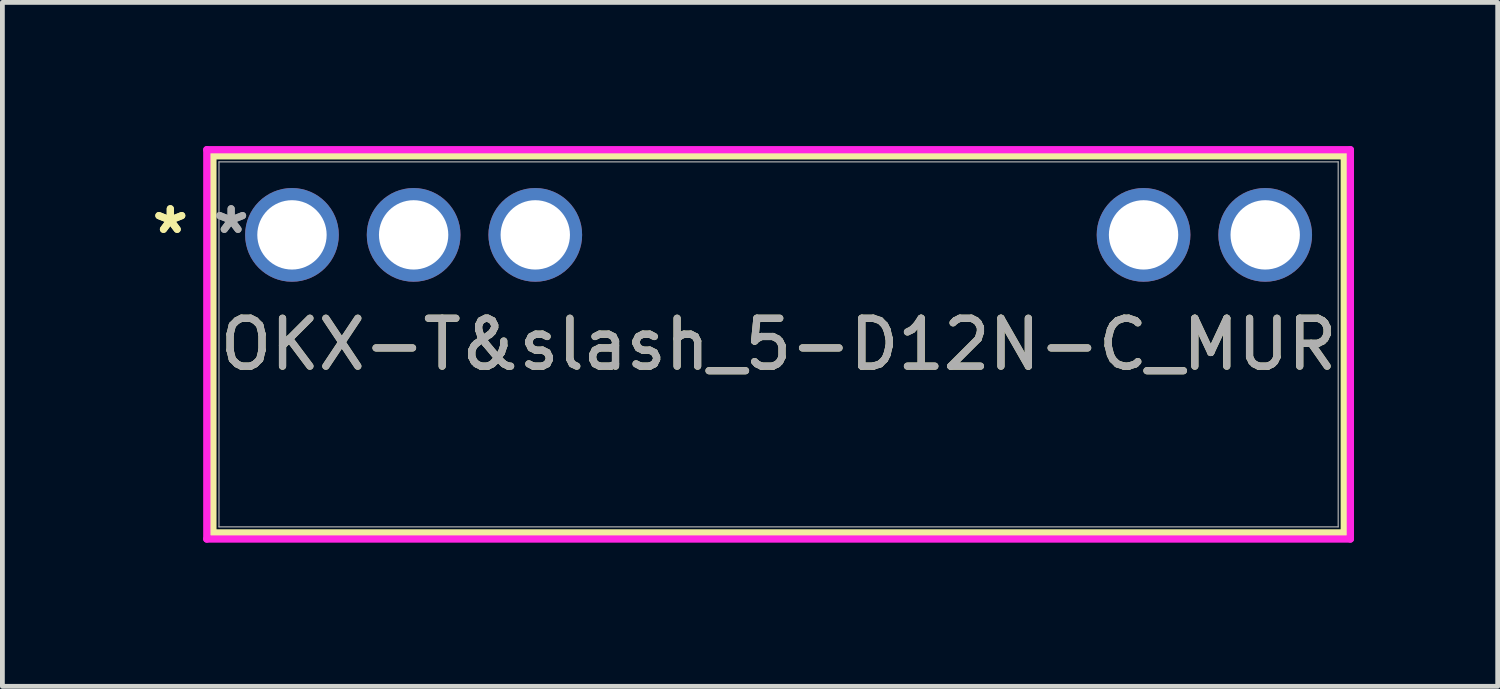
<source format=kicad_pcb>
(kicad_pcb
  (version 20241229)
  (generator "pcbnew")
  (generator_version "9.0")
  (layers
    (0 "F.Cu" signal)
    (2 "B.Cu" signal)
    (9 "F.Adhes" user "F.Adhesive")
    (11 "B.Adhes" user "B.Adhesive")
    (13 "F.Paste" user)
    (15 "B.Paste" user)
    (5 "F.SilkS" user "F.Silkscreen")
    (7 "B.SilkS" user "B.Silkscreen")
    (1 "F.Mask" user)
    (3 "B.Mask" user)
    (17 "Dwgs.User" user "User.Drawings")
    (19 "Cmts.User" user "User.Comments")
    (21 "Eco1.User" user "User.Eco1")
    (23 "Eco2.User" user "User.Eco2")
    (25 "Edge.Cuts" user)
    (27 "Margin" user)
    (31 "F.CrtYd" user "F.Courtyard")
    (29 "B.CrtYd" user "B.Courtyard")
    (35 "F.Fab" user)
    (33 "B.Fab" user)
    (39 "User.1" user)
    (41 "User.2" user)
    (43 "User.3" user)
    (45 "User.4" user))
  (footprint "OKX-T&slash_5-D12N-C_MUR"
    (layer "F.Cu")
    (at 3.046 1.854)
    (property "Reference" "OKX-T&slash_5-D12N-C_MUR" (at 10.16 2.286 0) (unlocked yes) (layer "F.SilkS") (effects (font (size 1 1) (thickness 0.15))))
    (attr through_hole)
    (fp_line (start -1.651 -1.651) (end -1.651 6.223) (stroke (width 0.152) (type solid)) (layer "F.SilkS"))
    (fp_line (start -1.651 6.223) (end 21.971 6.223) (stroke (width 0.152) (type solid)) (layer "F.SilkS"))
    (fp_line (start 21.971 -1.651) (end -1.651 -1.651) (stroke (width 0.152) (type solid)) (layer "F.SilkS"))
    (fp_line (start 21.971 6.223) (end 21.971 -1.651) (stroke (width 0.152) (type solid)) (layer "F.SilkS"))
    (fp_line (start -1.778 -1.778) (end 22.098 -1.778) (stroke (width 0.152) (type solid)) (layer "F.CrtYd"))
    (fp_line (start -1.778 6.35) (end -1.778 -1.778) (stroke (width 0.152) (type solid)) (layer "F.CrtYd"))
    (fp_line (start 22.098 -1.778) (end 22.098 6.35) (stroke (width 0.152) (type solid)) (layer "F.CrtYd"))
    (fp_line (start 22.098 6.35) (end -1.778 6.35) (stroke (width 0.152) (type solid)) (layer "F.CrtYd"))
    (fp_line (start -1.524 -1.524) (end -1.524 6.096) (stroke (width 0.025) (type solid)) (layer "F.Fab"))
    (fp_line (start -1.524 6.096) (end 21.844 6.096) (stroke (width 0.025) (type solid)) (layer "F.Fab"))
    (fp_line (start 21.844 -1.524) (end -1.524 -1.524) (stroke (width 0.025) (type solid)) (layer "F.Fab"))
    (fp_line (start 21.844 6.096) (end 21.844 -1.524) (stroke (width 0.025) (type solid)) (layer "F.Fab"))
    (fp_text user "*" (at -2.54 0 0) (unlocked yes) (layer "F.SilkS") (effects (font (size 1 1) (thickness 0.15))))
    (fp_text user "*" (at -2.54 0 0) (layer "F.SilkS") (effects (font (size 1 1) (thickness 0.15))))
    (fp_text user "*" (at -1.27 0 0) (unlocked yes) (layer "F.Fab") (effects (font (size 1 1) (thickness 0.15))))
    (fp_text user "*" (at -1.27 0 0) (layer "F.Fab") (effects (font (size 1 1) (thickness 0.15))))
    (fp_text user "${REFERENCE}" (at 10.16 2.286 0) (unlocked yes) (layer "F.Fab") (effects (font (size 1 1) (thickness 0.15))))
    (pad "1" thru_hole circle (at 0 0) (size 1.956 1.956) (drill 1.448) (layers "*.Cu" "*.Mask"))
    (pad "2" thru_hole circle (at 2.54 0) (size 1.956 1.956) (drill 1.448) (layers "*.Cu" "*.Mask"))
    (pad "3" thru_hole circle (at 5.08 0) (size 1.956 1.956) (drill 1.448) (layers "*.Cu" "*.Mask"))
    (pad "4" thru_hole circle (at 17.78 0) (size 1.956 1.956) (drill 1.448) (layers "*.Cu" "*.Mask"))
    (pad "5" thru_hole circle (at 20.32 0) (size 1.956 1.956) (drill 1.448) (layers "*.Cu" "*.Mask")))
  (gr_rect
    (start -3 -3)
    (end 28.22 11.28)
    (stroke (width 0.1) (type default))
    (fill no)
    (layer "Edge.Cuts")))
</source>
